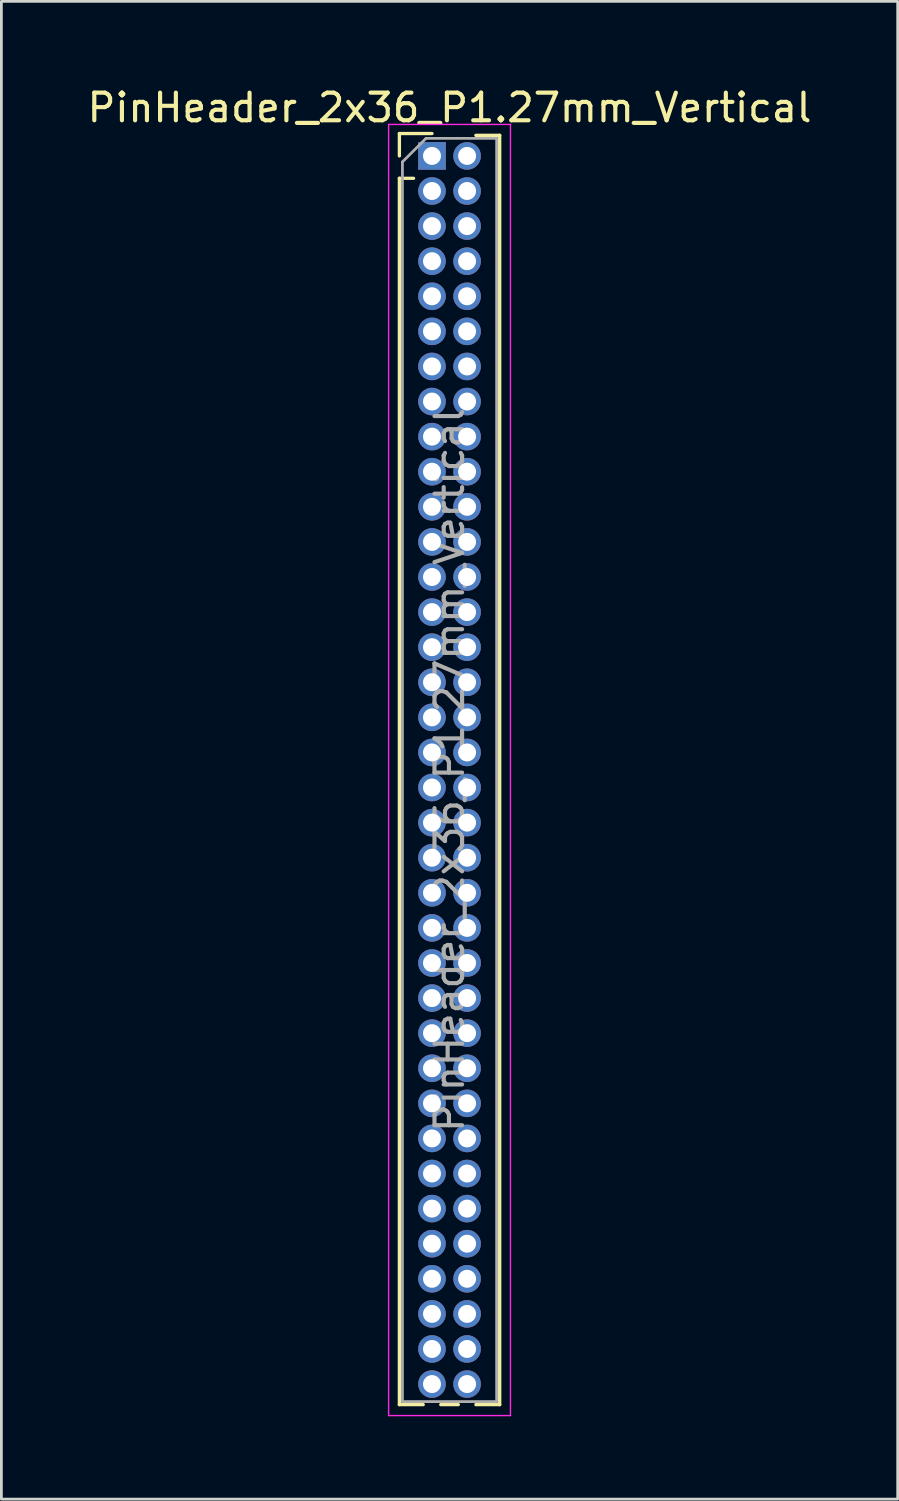
<source format=kicad_pcb>
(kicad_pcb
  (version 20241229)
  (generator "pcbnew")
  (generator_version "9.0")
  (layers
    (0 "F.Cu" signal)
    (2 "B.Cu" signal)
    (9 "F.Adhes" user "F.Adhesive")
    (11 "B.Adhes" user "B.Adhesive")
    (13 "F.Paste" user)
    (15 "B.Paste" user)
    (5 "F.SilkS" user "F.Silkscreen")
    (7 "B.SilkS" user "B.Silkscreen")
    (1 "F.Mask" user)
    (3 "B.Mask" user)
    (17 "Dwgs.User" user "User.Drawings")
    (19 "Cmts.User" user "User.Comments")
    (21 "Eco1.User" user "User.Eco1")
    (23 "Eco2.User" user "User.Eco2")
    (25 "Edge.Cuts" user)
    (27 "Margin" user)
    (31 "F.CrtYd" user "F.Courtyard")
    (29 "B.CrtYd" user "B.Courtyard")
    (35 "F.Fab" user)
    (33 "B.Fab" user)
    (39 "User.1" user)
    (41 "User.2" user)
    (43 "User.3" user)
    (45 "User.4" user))
  (footprint "PinHeader_2x36_P1.27mm_Vertical"
    (layer "F.Cu")
    (at 12.585 2.593)
    (property "Reference" "PinHeader_2x36_P1.27mm_Vertical" (at 0.635 -1.745 0) (layer "F.SilkS") (effects (font (size 1 1) (thickness 0.15))))
    (attr through_hole)
    (fp_line (start -1.18 -0.81) (end 0 -0.81) (stroke (width 0.12) (type solid)) (layer "F.SilkS"))
    (fp_line (start -1.18 0) (end -1.18 -0.81) (stroke (width 0.12) (type solid)) (layer "F.SilkS"))
    (fp_line (start -1.18 0.81) (end -1.18 45.195) (stroke (width 0.12) (type solid)) (layer "F.SilkS"))
    (fp_line (start -1.18 0.81) (end -0.667 0.81) (stroke (width 0.12) (type solid)) (layer "F.SilkS"))
    (fp_line (start -1.18 45.195) (end -0.318 45.195) (stroke (width 0.12) (type solid)) (layer "F.SilkS"))
    (fp_line (start 0.318 45.195) (end 0.952 45.195) (stroke (width 0.12) (type solid)) (layer "F.SilkS"))
    (fp_line (start 1.588 -0.745) (end 2.45 -0.745) (stroke (width 0.12) (type solid)) (layer "F.SilkS"))
    (fp_line (start 1.588 45.195) (end 2.45 45.195) (stroke (width 0.12) (type solid)) (layer "F.SilkS"))
    (fp_line (start 2.45 -0.745) (end 2.45 45.195) (stroke (width 0.12) (type solid)) (layer "F.SilkS"))
    (fp_line (start -1.57 -1.14) (end -1.57 45.59) (stroke (width 0.05) (type solid)) (layer "F.CrtYd"))
    (fp_line (start -1.57 45.59) (end 2.84 45.59) (stroke (width 0.05) (type solid)) (layer "F.CrtYd"))
    (fp_line (start 2.84 -1.14) (end -1.57 -1.14) (stroke (width 0.05) (type solid)) (layer "F.CrtYd"))
    (fp_line (start 2.84 45.59) (end 2.84 -1.14) (stroke (width 0.05) (type solid)) (layer "F.CrtYd"))
    (fp_line (start -1.07 0.217) (end -0.217 -0.635) (stroke (width 0.1) (type solid)) (layer "F.Fab"))
    (fp_line (start -1.07 45.085) (end -1.07 0.217) (stroke (width 0.1) (type solid)) (layer "F.Fab"))
    (fp_line (start -0.217 -0.635) (end 2.34 -0.635) (stroke (width 0.1) (type solid)) (layer "F.Fab"))
    (fp_line (start 2.34 -0.635) (end 2.34 45.085) (stroke (width 0.1) (type solid)) (layer "F.Fab"))
    (fp_line (start 2.34 45.085) (end -1.07 45.085) (stroke (width 0.1) (type solid)) (layer "F.Fab"))
    (fp_text user "${REFERENCE}" (at 0.635 22.225 90) (layer "F.Fab") (effects (font (size 1 1) (thickness 0.15))))
    (pad "1" thru_hole rect (at 0 0) (size 1 1) (drill 0.65) (layers "*.Cu" "*.Mask"))
    (pad "2" thru_hole circle (at 1.27 0) (size 1 1) (drill 0.65) (layers "*.Cu" "*.Mask"))
    (pad "3" thru_hole circle (at 0 1.27) (size 1 1) (drill 0.65) (layers "*.Cu" "*.Mask"))
    (pad "4" thru_hole circle (at 1.27 1.27) (size 1 1) (drill 0.65) (layers "*.Cu" "*.Mask"))
    (pad "5" thru_hole circle (at 0 2.54) (size 1 1) (drill 0.65) (layers "*.Cu" "*.Mask"))
    (pad "6" thru_hole circle (at 1.27 2.54) (size 1 1) (drill 0.65) (layers "*.Cu" "*.Mask"))
    (pad "7" thru_hole circle (at 0 3.81) (size 1 1) (drill 0.65) (layers "*.Cu" "*.Mask"))
    (pad "8" thru_hole circle (at 1.27 3.81) (size 1 1) (drill 0.65) (layers "*.Cu" "*.Mask"))
    (pad "9" thru_hole circle (at 0 5.08) (size 1 1) (drill 0.65) (layers "*.Cu" "*.Mask"))
    (pad "10" thru_hole circle (at 1.27 5.08) (size 1 1) (drill 0.65) (layers "*.Cu" "*.Mask"))
    (pad "11" thru_hole circle (at 0 6.35) (size 1 1) (drill 0.65) (layers "*.Cu" "*.Mask"))
    (pad "12" thru_hole circle (at 1.27 6.35) (size 1 1) (drill 0.65) (layers "*.Cu" "*.Mask"))
    (pad "13" thru_hole circle (at 0 7.62) (size 1 1) (drill 0.65) (layers "*.Cu" "*.Mask"))
    (pad "14" thru_hole circle (at 1.27 7.62) (size 1 1) (drill 0.65) (layers "*.Cu" "*.Mask"))
    (pad "15" thru_hole circle (at 0 8.89) (size 1 1) (drill 0.65) (layers "*.Cu" "*.Mask"))
    (pad "16" thru_hole circle (at 1.27 8.89) (size 1 1) (drill 0.65) (layers "*.Cu" "*.Mask"))
    (pad "17" thru_hole circle (at 0 10.16) (size 1 1) (drill 0.65) (layers "*.Cu" "*.Mask"))
    (pad "18" thru_hole circle (at 1.27 10.16) (size 1 1) (drill 0.65) (layers "*.Cu" "*.Mask"))
    (pad "19" thru_hole circle (at 0 11.43) (size 1 1) (drill 0.65) (layers "*.Cu" "*.Mask"))
    (pad "20" thru_hole circle (at 1.27 11.43) (size 1 1) (drill 0.65) (layers "*.Cu" "*.Mask"))
    (pad "21" thru_hole circle (at 0 12.7) (size 1 1) (drill 0.65) (layers "*.Cu" "*.Mask"))
    (pad "22" thru_hole circle (at 1.27 12.7) (size 1 1) (drill 0.65) (layers "*.Cu" "*.Mask"))
    (pad "23" thru_hole circle (at 0 13.97) (size 1 1) (drill 0.65) (layers "*.Cu" "*.Mask"))
    (pad "24" thru_hole circle (at 1.27 13.97) (size 1 1) (drill 0.65) (layers "*.Cu" "*.Mask"))
    (pad "25" thru_hole circle (at 0 15.24) (size 1 1) (drill 0.65) (layers "*.Cu" "*.Mask"))
    (pad "26" thru_hole circle (at 1.27 15.24) (size 1 1) (drill 0.65) (layers "*.Cu" "*.Mask"))
    (pad "27" thru_hole circle (at 0 16.51) (size 1 1) (drill 0.65) (layers "*.Cu" "*.Mask"))
    (pad "28" thru_hole circle (at 1.27 16.51) (size 1 1) (drill 0.65) (layers "*.Cu" "*.Mask"))
    (pad "29" thru_hole circle (at 0 17.78) (size 1 1) (drill 0.65) (layers "*.Cu" "*.Mask"))
    (pad "30" thru_hole circle (at 1.27 17.78) (size 1 1) (drill 0.65) (layers "*.Cu" "*.Mask"))
    (pad "31" thru_hole circle (at 0 19.05) (size 1 1) (drill 0.65) (layers "*.Cu" "*.Mask"))
    (pad "32" thru_hole circle (at 1.27 19.05) (size 1 1) (drill 0.65) (layers "*.Cu" "*.Mask"))
    (pad "33" thru_hole circle (at 0 20.32) (size 1 1) (drill 0.65) (layers "*.Cu" "*.Mask"))
    (pad "34" thru_hole circle (at 1.27 20.32) (size 1 1) (drill 0.65) (layers "*.Cu" "*.Mask"))
    (pad "35" thru_hole circle (at 0 21.59) (size 1 1) (drill 0.65) (layers "*.Cu" "*.Mask"))
    (pad "36" thru_hole circle (at 1.27 21.59) (size 1 1) (drill 0.65) (layers "*.Cu" "*.Mask"))
    (pad "37" thru_hole circle (at 0 22.86) (size 1 1) (drill 0.65) (layers "*.Cu" "*.Mask"))
    (pad "38" thru_hole circle (at 1.27 22.86) (size 1 1) (drill 0.65) (layers "*.Cu" "*.Mask"))
    (pad "39" thru_hole circle (at 0 24.13) (size 1 1) (drill 0.65) (layers "*.Cu" "*.Mask"))
    (pad "40" thru_hole circle (at 1.27 24.13) (size 1 1) (drill 0.65) (layers "*.Cu" "*.Mask"))
    (pad "41" thru_hole circle (at 0 25.4) (size 1 1) (drill 0.65) (layers "*.Cu" "*.Mask"))
    (pad "42" thru_hole circle (at 1.27 25.4) (size 1 1) (drill 0.65) (layers "*.Cu" "*.Mask"))
    (pad "43" thru_hole circle (at 0 26.67) (size 1 1) (drill 0.65) (layers "*.Cu" "*.Mask"))
    (pad "44" thru_hole circle (at 1.27 26.67) (size 1 1) (drill 0.65) (layers "*.Cu" "*.Mask"))
    (pad "45" thru_hole circle (at 0 27.94) (size 1 1) (drill 0.65) (layers "*.Cu" "*.Mask"))
    (pad "46" thru_hole circle (at 1.27 27.94) (size 1 1) (drill 0.65) (layers "*.Cu" "*.Mask"))
    (pad "47" thru_hole circle (at 0 29.21) (size 1 1) (drill 0.65) (layers "*.Cu" "*.Mask"))
    (pad "48" thru_hole circle (at 1.27 29.21) (size 1 1) (drill 0.65) (layers "*.Cu" "*.Mask"))
    (pad "49" thru_hole circle (at 0 30.48) (size 1 1) (drill 0.65) (layers "*.Cu" "*.Mask"))
    (pad "50" thru_hole circle (at 1.27 30.48) (size 1 1) (drill 0.65) (layers "*.Cu" "*.Mask"))
    (pad "51" thru_hole circle (at 0 31.75) (size 1 1) (drill 0.65) (layers "*.Cu" "*.Mask"))
    (pad "52" thru_hole circle (at 1.27 31.75) (size 1 1) (drill 0.65) (layers "*.Cu" "*.Mask"))
    (pad "53" thru_hole circle (at 0 33.02) (size 1 1) (drill 0.65) (layers "*.Cu" "*.Mask"))
    (pad "54" thru_hole circle (at 1.27 33.02) (size 1 1) (drill 0.65) (layers "*.Cu" "*.Mask"))
    (pad "55" thru_hole circle (at 0 34.29) (size 1 1) (drill 0.65) (layers "*.Cu" "*.Mask"))
    (pad "56" thru_hole circle (at 1.27 34.29) (size 1 1) (drill 0.65) (layers "*.Cu" "*.Mask"))
    (pad "57" thru_hole circle (at 0 35.56) (size 1 1) (drill 0.65) (layers "*.Cu" "*.Mask"))
    (pad "58" thru_hole circle (at 1.27 35.56) (size 1 1) (drill 0.65) (layers "*.Cu" "*.Mask"))
    (pad "59" thru_hole circle (at 0 36.83) (size 1 1) (drill 0.65) (layers "*.Cu" "*.Mask"))
    (pad "60" thru_hole circle (at 1.27 36.83) (size 1 1) (drill 0.65) (layers "*.Cu" "*.Mask"))
    (pad "61" thru_hole circle (at 0 38.1) (size 1 1) (drill 0.65) (layers "*.Cu" "*.Mask"))
    (pad "62" thru_hole circle (at 1.27 38.1) (size 1 1) (drill 0.65) (layers "*.Cu" "*.Mask"))
    (pad "63" thru_hole circle (at 0 39.37) (size 1 1) (drill 0.65) (layers "*.Cu" "*.Mask"))
    (pad "64" thru_hole circle (at 1.27 39.37) (size 1 1) (drill 0.65) (layers "*.Cu" "*.Mask"))
    (pad "65" thru_hole circle (at 0 40.64) (size 1 1) (drill 0.65) (layers "*.Cu" "*.Mask"))
    (pad "66" thru_hole circle (at 1.27 40.64) (size 1 1) (drill 0.65) (layers "*.Cu" "*.Mask"))
    (pad "67" thru_hole circle (at 0 41.91) (size 1 1) (drill 0.65) (layers "*.Cu" "*.Mask"))
    (pad "68" thru_hole circle (at 1.27 41.91) (size 1 1) (drill 0.65) (layers "*.Cu" "*.Mask"))
    (pad "69" thru_hole circle (at 0 43.18) (size 1 1) (drill 0.65) (layers "*.Cu" "*.Mask"))
    (pad "70" thru_hole circle (at 1.27 43.18) (size 1 1) (drill 0.65) (layers "*.Cu" "*.Mask"))
    (pad "71" thru_hole circle (at 0 44.45) (size 1 1) (drill 0.65) (layers "*.Cu" "*.Mask"))
    (pad "72" thru_hole circle (at 1.27 44.45) (size 1 1) (drill 0.65) (layers "*.Cu" "*.Mask")))
  (gr_rect
    (start -3 -3)
    (end 29.44 51.208)
    (stroke (width 0.1) (type default))
    (fill no)
    (layer "Edge.Cuts")))
</source>
